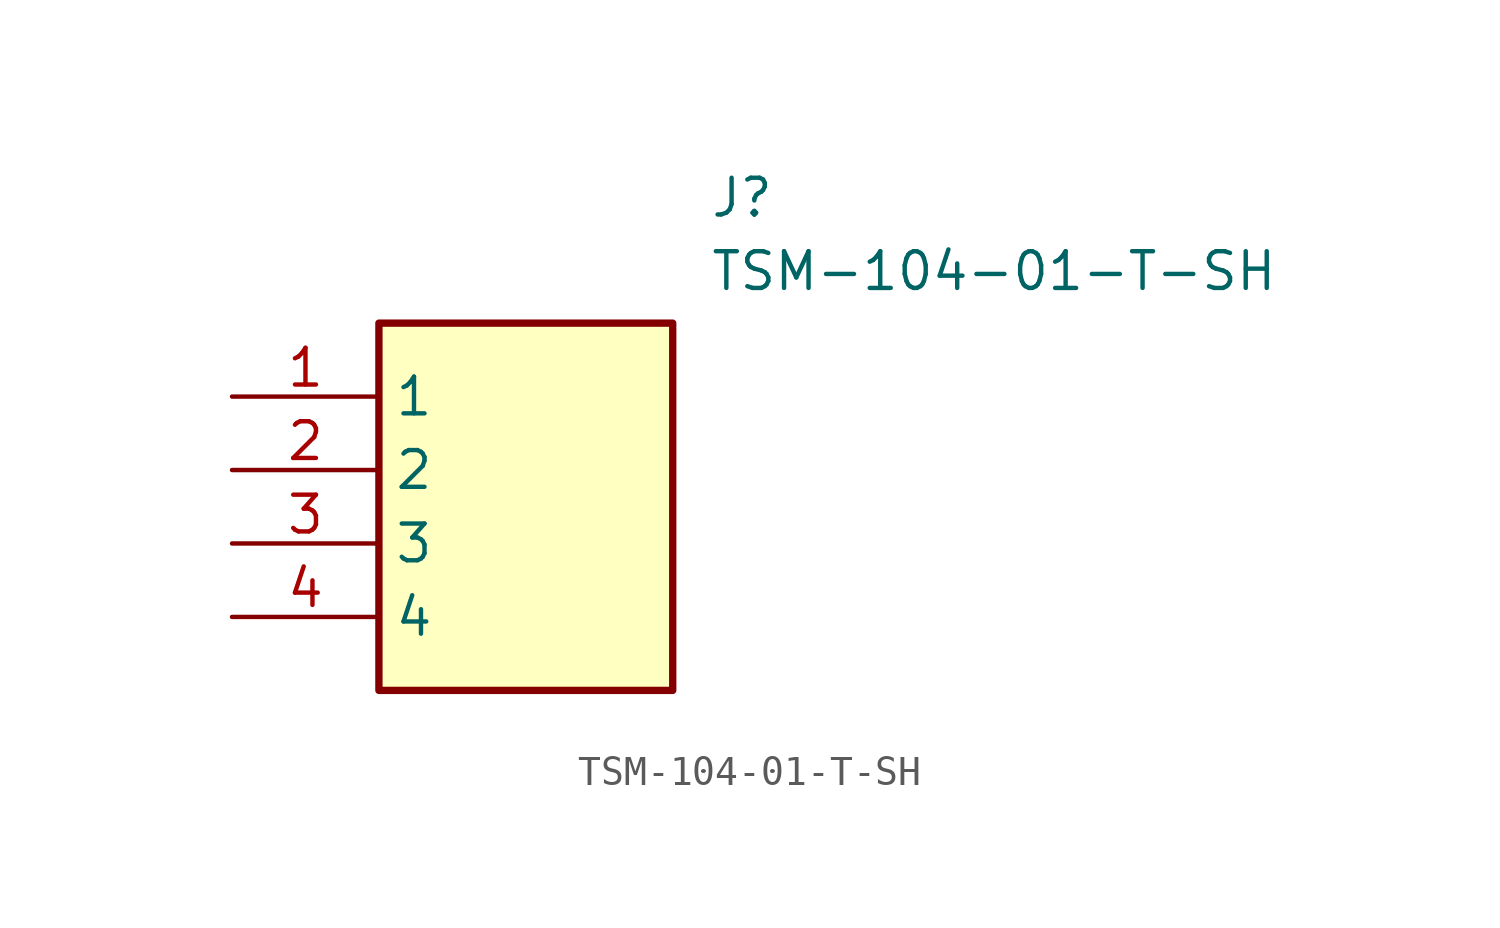
<source format=kicad_sym>
(kicad_symbol_lib
  (version 20211014)
  (generator SamacSys_ECAD_Model)
  (symbol "TSM-104-01-T-SH"
    (property "Reference" "J"
      (at 16.51 7.62 0)
      (effects (font (size 1.27 1.27)) (justify left top)))
    (property "Value" "TSM-104-01-T-SH"
      (at 16.51 5.08 0)
      (effects (font (size 1.27 1.27)) (justify left top)))
    (rectangle
      (start 5.08 2.54)
      (end 15.24 -10.16)
      (stroke (width 0.254) (type default))
      (fill (type background)))
    (pin passive line
      (at 0 0 0)
      (length 5.08)
      (name "1" (effects (font (size 1.27 1.27))))
      (number "1" (effects (font (size 1.27 1.27)))))
    (pin passive line
      (at 0 -2.54 0)
      (length 5.08)
      (name "2" (effects (font (size 1.27 1.27))))
      (number "2" (effects (font (size 1.27 1.27)))))
    (pin passive line
      (at 0 -5.08 0)
      (length 5.08)
      (name "3" (effects (font (size 1.27 1.27))))
      (number "3" (effects (font (size 1.27 1.27)))))
    (pin passive line
      (at 0 -7.62 0)
      (length 5.08)
      (name "4" (effects (font (size 1.27 1.27))))
      (number "4" (effects (font (size 1.27 1.27)))))))
</source>
